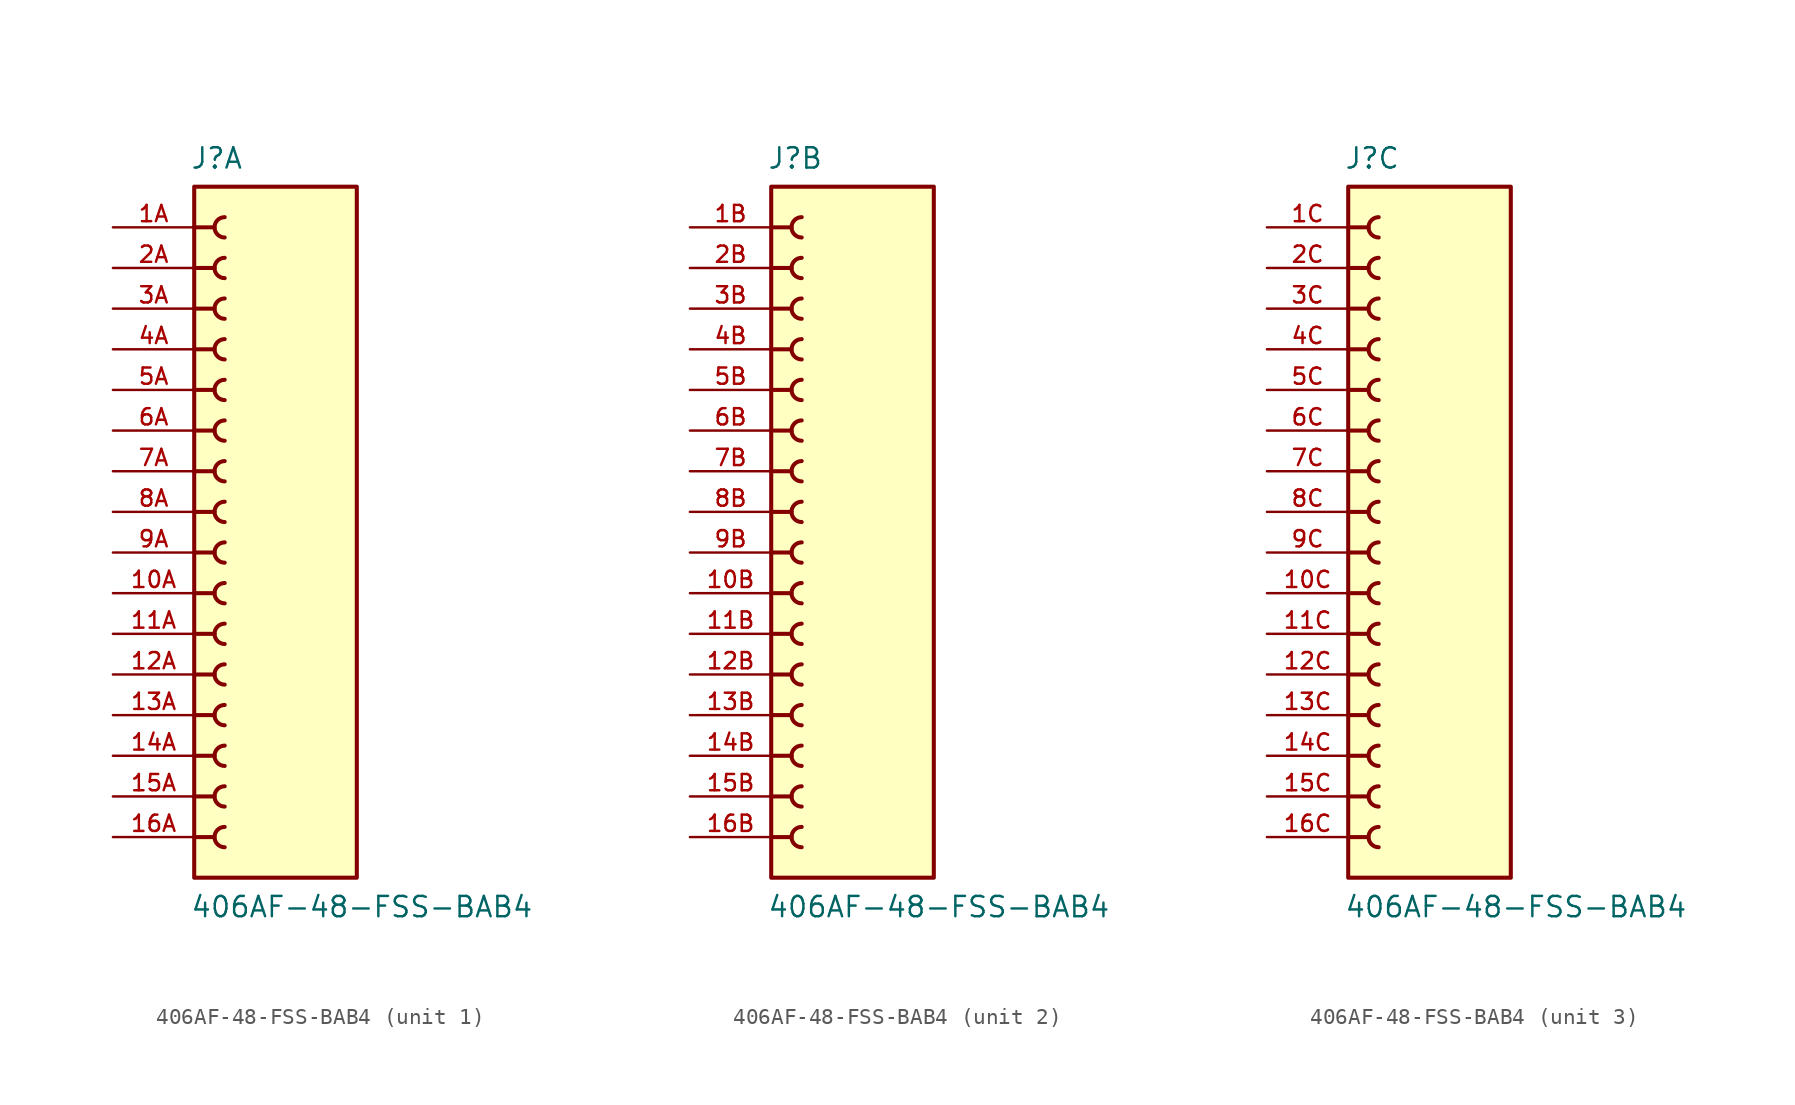
<source format=kicad_sym>
(kicad_symbol_lib
  (version 20241209)
  (generator "kicad_symbol_editor")
  (generator_version "9.0")
  (symbol "406AF-48-FSS-BAB4"
    (pin_names
      (offset 1.016))
    (property "Reference" "J"
      (at -5.342 21.352 0)
      (effects (font (size 1.27 1.27)) (justify left bottom)))
    (property "Value" "406AF-48-FSS-BAB4"
      (at -5.346 -25.428 0)
      (effects (font (size 1.27 1.27)) (justify left bottom)))
    (symbol "406AF-48-FSS-BAB4_1_0"
      (polyline (pts (xy -5.08 17.78) (xy -3.81 17.78)) (stroke (width 0.254) (type default)) (fill (type none)))
      (polyline (pts (xy -5.08 15.24) (xy -3.81 15.24)) (stroke (width 0.254) (type default)) (fill (type none)))
      (polyline (pts (xy -5.08 12.7) (xy -3.81 12.7)) (stroke (width 0.254) (type default)) (fill (type none)))
      (polyline (pts (xy -5.08 10.16) (xy -3.81 10.16)) (stroke (width 0.254) (type default)) (fill (type none)))
      (polyline (pts (xy -5.08 7.62) (xy -3.81 7.62)) (stroke (width 0.254) (type default)) (fill (type none)))
      (polyline (pts (xy -5.08 5.08) (xy -3.81 5.08)) (stroke (width 0.254) (type default)) (fill (type none)))
      (polyline (pts (xy -5.08 2.54) (xy -3.81 2.54)) (stroke (width 0.254) (type default)) (fill (type none)))
      (polyline (pts (xy -5.08 0) (xy -3.81 0)) (stroke (width 0.254) (type default)) (fill (type none)))
      (polyline (pts (xy -5.08 -2.54) (xy -3.81 -2.54)) (stroke (width 0.254) (type default)) (fill (type none)))
      (polyline (pts (xy -5.08 -5.08) (xy -3.81 -5.08)) (stroke (width 0.254) (type default)) (fill (type none)))
      (polyline (pts (xy -5.08 -7.62) (xy -3.81 -7.62)) (stroke (width 0.254) (type default)) (fill (type none)))
      (polyline (pts (xy -5.08 -10.16) (xy -3.81 -10.16)) (stroke (width 0.254) (type default)) (fill (type none)))
      (polyline (pts (xy -5.08 -12.7) (xy -3.81 -12.7)) (stroke (width 0.254) (type default)) (fill (type none)))
      (polyline (pts (xy -5.08 -15.24) (xy -3.81 -15.24)) (stroke (width 0.254) (type default)) (fill (type none)))
      (polyline (pts (xy -5.08 -17.78) (xy -3.81 -17.78)) (stroke (width 0.254) (type default)) (fill (type none)))
      (polyline (pts (xy -5.08 -20.32) (xy -3.81 -20.32)) (stroke (width 0.254) (type default)) (fill (type none)))
      (rectangle (start -5.08 -22.86) (end 5.08 20.32) (stroke (width 0.254) (type default)) (fill (type background)))
      (arc (start -3.175 17.145) (mid -3.8072 17.78) (end -3.175 18.415) (stroke (width 0.254) (type default)) (fill (type none)))
      (arc (start -3.175 14.605) (mid -3.8072 15.24) (end -3.175 15.875) (stroke (width 0.254) (type default)) (fill (type none)))
      (arc (start -3.175 12.065) (mid -3.8072 12.7) (end -3.175 13.335) (stroke (width 0.254) (type default)) (fill (type none)))
      (arc (start -3.175 9.525) (mid -3.8072 10.16) (end -3.175 10.795) (stroke (width 0.254) (type default)) (fill (type none)))
      (arc (start -3.175 6.985) (mid -3.8072 7.62) (end -3.175 8.255) (stroke (width 0.254) (type default)) (fill (type none)))
      (arc (start -3.175 4.445) (mid -3.8072 5.08) (end -3.175 5.715) (stroke (width 0.254) (type default)) (fill (type none)))
      (arc (start -3.175 1.905) (mid -3.8072 2.54) (end -3.175 3.175) (stroke (width 0.254) (type default)) (fill (type none)))
      (arc (start -3.175 -0.635) (mid -3.8072 0) (end -3.175 0.635) (stroke (width 0.254) (type default)) (fill (type none)))
      (arc (start -3.175 -3.175) (mid -3.8072 -2.54) (end -3.175 -1.905) (stroke (width 0.254) (type default)) (fill (type none)))
      (arc (start -3.175 -5.715) (mid -3.8072 -5.08) (end -3.175 -4.445) (stroke (width 0.254) (type default)) (fill (type none)))
      (arc (start -3.175 -8.255) (mid -3.8072 -7.62) (end -3.175 -6.985) (stroke (width 0.254) (type default)) (fill (type none)))
      (arc (start -3.175 -10.795) (mid -3.8072 -10.16) (end -3.175 -9.525) (stroke (width 0.254) (type default)) (fill (type none)))
      (arc (start -3.175 -13.335) (mid -3.8072 -12.7) (end -3.175 -12.065) (stroke (width 0.254) (type default)) (fill (type none)))
      (arc (start -3.175 -15.875) (mid -3.8072 -15.24) (end -3.175 -14.605) (stroke (width 0.254) (type default)) (fill (type none)))
      (arc (start -3.175 -18.415) (mid -3.8072 -17.78) (end -3.175 -17.145) (stroke (width 0.254) (type default)) (fill (type none)))
      (arc (start -3.175 -20.955) (mid -3.8072 -20.32) (end -3.175 -19.685) (stroke (width 0.254) (type default)) (fill (type none)))
      (pin passive line (at -10.16 17.78 0) (length 5.08) (name "~" (effects (font (size 1.016 1.016)))) (number "1A" (effects (font (size 1.016 1.016)))))
      (pin passive line (at -10.16 15.24 0) (length 5.08) (name "~" (effects (font (size 1.016 1.016)))) (number "2A" (effects (font (size 1.016 1.016)))))
      (pin passive line (at -10.16 12.7 0) (length 5.08) (name "~" (effects (font (size 1.016 1.016)))) (number "3A" (effects (font (size 1.016 1.016)))))
      (pin passive line (at -10.16 10.16 0) (length 5.08) (name "~" (effects (font (size 1.016 1.016)))) (number "4A" (effects (font (size 1.016 1.016)))))
      (pin passive line (at -10.16 7.62 0) (length 5.08) (name "~" (effects (font (size 1.016 1.016)))) (number "5A" (effects (font (size 1.016 1.016)))))
      (pin passive line (at -10.16 5.08 0) (length 5.08) (name "~" (effects (font (size 1.016 1.016)))) (number "6A" (effects (font (size 1.016 1.016)))))
      (pin passive line (at -10.16 2.54 0) (length 5.08) (name "~" (effects (font (size 1.016 1.016)))) (number "7A" (effects (font (size 1.016 1.016)))))
      (pin passive line (at -10.16 0 0) (length 5.08) (name "~" (effects (font (size 1.016 1.016)))) (number "8A" (effects (font (size 1.016 1.016)))))
      (pin passive line (at -10.16 -2.54 0) (length 5.08) (name "~" (effects (font (size 1.016 1.016)))) (number "9A" (effects (font (size 1.016 1.016)))))
      (pin passive line (at -10.16 -5.08 0) (length 5.08) (name "~" (effects (font (size 1.016 1.016)))) (number "10A" (effects (font (size 1.016 1.016)))))
      (pin passive line (at -10.16 -7.62 0) (length 5.08) (name "~" (effects (font (size 1.016 1.016)))) (number "11A" (effects (font (size 1.016 1.016)))))
      (pin passive line (at -10.16 -10.16 0) (length 5.08) (name "~" (effects (font (size 1.016 1.016)))) (number "12A" (effects (font (size 1.016 1.016)))))
      (pin passive line (at -10.16 -12.7 0) (length 5.08) (name "~" (effects (font (size 1.016 1.016)))) (number "13A" (effects (font (size 1.016 1.016)))))
      (pin passive line (at -10.16 -15.24 0) (length 5.08) (name "~" (effects (font (size 1.016 1.016)))) (number "14A" (effects (font (size 1.016 1.016)))))
      (pin passive line (at -10.16 -17.78 0) (length 5.08) (name "~" (effects (font (size 1.016 1.016)))) (number "15A" (effects (font (size 1.016 1.016)))))
      (pin passive line (at -10.16 -20.32 0) (length 5.08) (name "~" (effects (font (size 1.016 1.016)))) (number "16A" (effects (font (size 1.016 1.016))))))
    (symbol "406AF-48-FSS-BAB4_2_0"
      (polyline (pts (xy -5.08 17.78) (xy -3.81 17.78)) (stroke (width 0.254) (type default)) (fill (type none)))
      (polyline (pts (xy -5.08 15.24) (xy -3.81 15.24)) (stroke (width 0.254) (type default)) (fill (type none)))
      (polyline (pts (xy -5.08 12.7) (xy -3.81 12.7)) (stroke (width 0.254) (type default)) (fill (type none)))
      (polyline (pts (xy -5.08 10.16) (xy -3.81 10.16)) (stroke (width 0.254) (type default)) (fill (type none)))
      (polyline (pts (xy -5.08 7.62) (xy -3.81 7.62)) (stroke (width 0.254) (type default)) (fill (type none)))
      (polyline (pts (xy -5.08 5.08) (xy -3.81 5.08)) (stroke (width 0.254) (type default)) (fill (type none)))
      (polyline (pts (xy -5.08 2.54) (xy -3.81 2.54)) (stroke (width 0.254) (type default)) (fill (type none)))
      (polyline (pts (xy -5.08 0) (xy -3.81 0)) (stroke (width 0.254) (type default)) (fill (type none)))
      (polyline (pts (xy -5.08 -2.54) (xy -3.81 -2.54)) (stroke (width 0.254) (type default)) (fill (type none)))
      (polyline (pts (xy -5.08 -5.08) (xy -3.81 -5.08)) (stroke (width 0.254) (type default)) (fill (type none)))
      (polyline (pts (xy -5.08 -7.62) (xy -3.81 -7.62)) (stroke (width 0.254) (type default)) (fill (type none)))
      (polyline (pts (xy -5.08 -10.16) (xy -3.81 -10.16)) (stroke (width 0.254) (type default)) (fill (type none)))
      (polyline (pts (xy -5.08 -12.7) (xy -3.81 -12.7)) (stroke (width 0.254) (type default)) (fill (type none)))
      (polyline (pts (xy -5.08 -15.24) (xy -3.81 -15.24)) (stroke (width 0.254) (type default)) (fill (type none)))
      (polyline (pts (xy -5.08 -17.78) (xy -3.81 -17.78)) (stroke (width 0.254) (type default)) (fill (type none)))
      (polyline (pts (xy -5.08 -20.32) (xy -3.81 -20.32)) (stroke (width 0.254) (type default)) (fill (type none)))
      (rectangle (start -5.08 -22.86) (end 5.08 20.32) (stroke (width 0.254) (type default)) (fill (type background)))
      (arc (start -3.175 17.145) (mid -3.8072 17.78) (end -3.175 18.415) (stroke (width 0.254) (type default)) (fill (type none)))
      (arc (start -3.175 14.605) (mid -3.8072 15.24) (end -3.175 15.875) (stroke (width 0.254) (type default)) (fill (type none)))
      (arc (start -3.175 12.065) (mid -3.8072 12.7) (end -3.175 13.335) (stroke (width 0.254) (type default)) (fill (type none)))
      (arc (start -3.175 9.525) (mid -3.8072 10.16) (end -3.175 10.795) (stroke (width 0.254) (type default)) (fill (type none)))
      (arc (start -3.175 6.985) (mid -3.8072 7.62) (end -3.175 8.255) (stroke (width 0.254) (type default)) (fill (type none)))
      (arc (start -3.175 4.445) (mid -3.8072 5.08) (end -3.175 5.715) (stroke (width 0.254) (type default)) (fill (type none)))
      (arc (start -3.175 1.905) (mid -3.8072 2.54) (end -3.175 3.175) (stroke (width 0.254) (type default)) (fill (type none)))
      (arc (start -3.175 -0.635) (mid -3.8072 0) (end -3.175 0.635) (stroke (width 0.254) (type default)) (fill (type none)))
      (arc (start -3.175 -3.175) (mid -3.8072 -2.54) (end -3.175 -1.905) (stroke (width 0.254) (type default)) (fill (type none)))
      (arc (start -3.175 -5.715) (mid -3.8072 -5.08) (end -3.175 -4.445) (stroke (width 0.254) (type default)) (fill (type none)))
      (arc (start -3.175 -8.255) (mid -3.8072 -7.62) (end -3.175 -6.985) (stroke (width 0.254) (type default)) (fill (type none)))
      (arc (start -3.175 -10.795) (mid -3.8072 -10.16) (end -3.175 -9.525) (stroke (width 0.254) (type default)) (fill (type none)))
      (arc (start -3.175 -13.335) (mid -3.8072 -12.7) (end -3.175 -12.065) (stroke (width 0.254) (type default)) (fill (type none)))
      (arc (start -3.175 -15.875) (mid -3.8072 -15.24) (end -3.175 -14.605) (stroke (width 0.254) (type default)) (fill (type none)))
      (arc (start -3.175 -18.415) (mid -3.8072 -17.78) (end -3.175 -17.145) (stroke (width 0.254) (type default)) (fill (type none)))
      (arc (start -3.175 -20.955) (mid -3.8072 -20.32) (end -3.175 -19.685) (stroke (width 0.254) (type default)) (fill (type none)))
      (pin passive line (at -10.16 17.78 0) (length 5.08) (name "~" (effects (font (size 1.016 1.016)))) (number "1B" (effects (font (size 1.016 1.016)))))
      (pin passive line (at -10.16 15.24 0) (length 5.08) (name "~" (effects (font (size 1.016 1.016)))) (number "2B" (effects (font (size 1.016 1.016)))))
      (pin passive line (at -10.16 12.7 0) (length 5.08) (name "~" (effects (font (size 1.016 1.016)))) (number "3B" (effects (font (size 1.016 1.016)))))
      (pin passive line (at -10.16 10.16 0) (length 5.08) (name "~" (effects (font (size 1.016 1.016)))) (number "4B" (effects (font (size 1.016 1.016)))))
      (pin passive line (at -10.16 7.62 0) (length 5.08) (name "~" (effects (font (size 1.016 1.016)))) (number "5B" (effects (font (size 1.016 1.016)))))
      (pin passive line (at -10.16 5.08 0) (length 5.08) (name "~" (effects (font (size 1.016 1.016)))) (number "6B" (effects (font (size 1.016 1.016)))))
      (pin passive line (at -10.16 2.54 0) (length 5.08) (name "~" (effects (font (size 1.016 1.016)))) (number "7B" (effects (font (size 1.016 1.016)))))
      (pin passive line (at -10.16 0 0) (length 5.08) (name "~" (effects (font (size 1.016 1.016)))) (number "8B" (effects (font (size 1.016 1.016)))))
      (pin passive line (at -10.16 -2.54 0) (length 5.08) (name "~" (effects (font (size 1.016 1.016)))) (number "9B" (effects (font (size 1.016 1.016)))))
      (pin passive line (at -10.16 -5.08 0) (length 5.08) (name "~" (effects (font (size 1.016 1.016)))) (number "10B" (effects (font (size 1.016 1.016)))))
      (pin passive line (at -10.16 -7.62 0) (length 5.08) (name "~" (effects (font (size 1.016 1.016)))) (number "11B" (effects (font (size 1.016 1.016)))))
      (pin passive line (at -10.16 -10.16 0) (length 5.08) (name "~" (effects (font (size 1.016 1.016)))) (number "12B" (effects (font (size 1.016 1.016)))))
      (pin passive line (at -10.16 -12.7 0) (length 5.08) (name "~" (effects (font (size 1.016 1.016)))) (number "13B" (effects (font (size 1.016 1.016)))))
      (pin passive line (at -10.16 -15.24 0) (length 5.08) (name "~" (effects (font (size 1.016 1.016)))) (number "14B" (effects (font (size 1.016 1.016)))))
      (pin passive line (at -10.16 -17.78 0) (length 5.08) (name "~" (effects (font (size 1.016 1.016)))) (number "15B" (effects (font (size 1.016 1.016)))))
      (pin passive line (at -10.16 -20.32 0) (length 5.08) (name "~" (effects (font (size 1.016 1.016)))) (number "16B" (effects (font (size 1.016 1.016))))))
    (symbol "406AF-48-FSS-BAB4_3_0"
      (polyline (pts (xy -5.08 17.78) (xy -3.81 17.78)) (stroke (width 0.254) (type default)) (fill (type none)))
      (polyline (pts (xy -5.08 15.24) (xy -3.81 15.24)) (stroke (width 0.254) (type default)) (fill (type none)))
      (polyline (pts (xy -5.08 12.7) (xy -3.81 12.7)) (stroke (width 0.254) (type default)) (fill (type none)))
      (polyline (pts (xy -5.08 10.16) (xy -3.81 10.16)) (stroke (width 0.254) (type default)) (fill (type none)))
      (polyline (pts (xy -5.08 7.62) (xy -3.81 7.62)) (stroke (width 0.254) (type default)) (fill (type none)))
      (polyline (pts (xy -5.08 5.08) (xy -3.81 5.08)) (stroke (width 0.254) (type default)) (fill (type none)))
      (polyline (pts (xy -5.08 2.54) (xy -3.81 2.54)) (stroke (width 0.254) (type default)) (fill (type none)))
      (polyline (pts (xy -5.08 0) (xy -3.81 0)) (stroke (width 0.254) (type default)) (fill (type none)))
      (polyline (pts (xy -5.08 -2.54) (xy -3.81 -2.54)) (stroke (width 0.254) (type default)) (fill (type none)))
      (polyline (pts (xy -5.08 -5.08) (xy -3.81 -5.08)) (stroke (width 0.254) (type default)) (fill (type none)))
      (polyline (pts (xy -5.08 -7.62) (xy -3.81 -7.62)) (stroke (width 0.254) (type default)) (fill (type none)))
      (polyline (pts (xy -5.08 -10.16) (xy -3.81 -10.16)) (stroke (width 0.254) (type default)) (fill (type none)))
      (polyline (pts (xy -5.08 -12.7) (xy -3.81 -12.7)) (stroke (width 0.254) (type default)) (fill (type none)))
      (polyline (pts (xy -5.08 -15.24) (xy -3.81 -15.24)) (stroke (width 0.254) (type default)) (fill (type none)))
      (polyline (pts (xy -5.08 -17.78) (xy -3.81 -17.78)) (stroke (width 0.254) (type default)) (fill (type none)))
      (polyline (pts (xy -5.08 -20.32) (xy -3.81 -20.32)) (stroke (width 0.254) (type default)) (fill (type none)))
      (rectangle (start -5.08 -22.86) (end 5.08 20.32) (stroke (width 0.254) (type default)) (fill (type background)))
      (arc (start -3.175 17.145) (mid -3.8072 17.78) (end -3.175 18.415) (stroke (width 0.254) (type default)) (fill (type none)))
      (arc (start -3.175 14.605) (mid -3.8072 15.24) (end -3.175 15.875) (stroke (width 0.254) (type default)) (fill (type none)))
      (arc (start -3.175 12.065) (mid -3.8072 12.7) (end -3.175 13.335) (stroke (width 0.254) (type default)) (fill (type none)))
      (arc (start -3.175 9.525) (mid -3.8072 10.16) (end -3.175 10.795) (stroke (width 0.254) (type default)) (fill (type none)))
      (arc (start -3.175 6.985) (mid -3.8072 7.62) (end -3.175 8.255) (stroke (width 0.254) (type default)) (fill (type none)))
      (arc (start -3.175 4.445) (mid -3.8072 5.08) (end -3.175 5.715) (stroke (width 0.254) (type default)) (fill (type none)))
      (arc (start -3.175 1.905) (mid -3.8072 2.54) (end -3.175 3.175) (stroke (width 0.254) (type default)) (fill (type none)))
      (arc (start -3.175 -0.635) (mid -3.8072 0) (end -3.175 0.635) (stroke (width 0.254) (type default)) (fill (type none)))
      (arc (start -3.175 -3.175) (mid -3.8072 -2.54) (end -3.175 -1.905) (stroke (width 0.254) (type default)) (fill (type none)))
      (arc (start -3.175 -5.715) (mid -3.8072 -5.08) (end -3.175 -4.445) (stroke (width 0.254) (type default)) (fill (type none)))
      (arc (start -3.175 -8.255) (mid -3.8072 -7.62) (end -3.175 -6.985) (stroke (width 0.254) (type default)) (fill (type none)))
      (arc (start -3.175 -10.795) (mid -3.8072 -10.16) (end -3.175 -9.525) (stroke (width 0.254) (type default)) (fill (type none)))
      (arc (start -3.175 -13.335) (mid -3.8072 -12.7) (end -3.175 -12.065) (stroke (width 0.254) (type default)) (fill (type none)))
      (arc (start -3.175 -15.875) (mid -3.8072 -15.24) (end -3.175 -14.605) (stroke (width 0.254) (type default)) (fill (type none)))
      (arc (start -3.175 -18.415) (mid -3.8072 -17.78) (end -3.175 -17.145) (stroke (width 0.254) (type default)) (fill (type none)))
      (arc (start -3.175 -20.955) (mid -3.8072 -20.32) (end -3.175 -19.685) (stroke (width 0.254) (type default)) (fill (type none)))
      (pin passive line (at -10.16 17.78 0) (length 5.08) (name "~" (effects (font (size 1.016 1.016)))) (number "1C" (effects (font (size 1.016 1.016)))))
      (pin passive line (at -10.16 15.24 0) (length 5.08) (name "~" (effects (font (size 1.016 1.016)))) (number "2C" (effects (font (size 1.016 1.016)))))
      (pin passive line (at -10.16 12.7 0) (length 5.08) (name "~" (effects (font (size 1.016 1.016)))) (number "3C" (effects (font (size 1.016 1.016)))))
      (pin passive line (at -10.16 10.16 0) (length 5.08) (name "~" (effects (font (size 1.016 1.016)))) (number "4C" (effects (font (size 1.016 1.016)))))
      (pin passive line (at -10.16 7.62 0) (length 5.08) (name "~" (effects (font (size 1.016 1.016)))) (number "5C" (effects (font (size 1.016 1.016)))))
      (pin passive line (at -10.16 5.08 0) (length 5.08) (name "~" (effects (font (size 1.016 1.016)))) (number "6C" (effects (font (size 1.016 1.016)))))
      (pin passive line (at -10.16 2.54 0) (length 5.08) (name "~" (effects (font (size 1.016 1.016)))) (number "7C" (effects (font (size 1.016 1.016)))))
      (pin passive line (at -10.16 0 0) (length 5.08) (name "~" (effects (font (size 1.016 1.016)))) (number "8C" (effects (font (size 1.016 1.016)))))
      (pin passive line (at -10.16 -2.54 0) (length 5.08) (name "~" (effects (font (size 1.016 1.016)))) (number "9C" (effects (font (size 1.016 1.016)))))
      (pin passive line (at -10.16 -5.08 0) (length 5.08) (name "~" (effects (font (size 1.016 1.016)))) (number "10C" (effects (font (size 1.016 1.016)))))
      (pin passive line (at -10.16 -7.62 0) (length 5.08) (name "~" (effects (font (size 1.016 1.016)))) (number "11C" (effects (font (size 1.016 1.016)))))
      (pin passive line (at -10.16 -10.16 0) (length 5.08) (name "~" (effects (font (size 1.016 1.016)))) (number "12C" (effects (font (size 1.016 1.016)))))
      (pin passive line (at -10.16 -12.7 0) (length 5.08) (name "~" (effects (font (size 1.016 1.016)))) (number "13C" (effects (font (size 1.016 1.016)))))
      (pin passive line (at -10.16 -15.24 0) (length 5.08) (name "~" (effects (font (size 1.016 1.016)))) (number "14C" (effects (font (size 1.016 1.016)))))
      (pin passive line (at -10.16 -17.78 0) (length 5.08) (name "~" (effects (font (size 1.016 1.016)))) (number "15C" (effects (font (size 1.016 1.016)))))
      (pin passive line (at -10.16 -20.32 0) (length 5.08) (name "~" (effects (font (size 1.016 1.016)))) (number "16C" (effects (font (size 1.016 1.016))))))))
</source>
